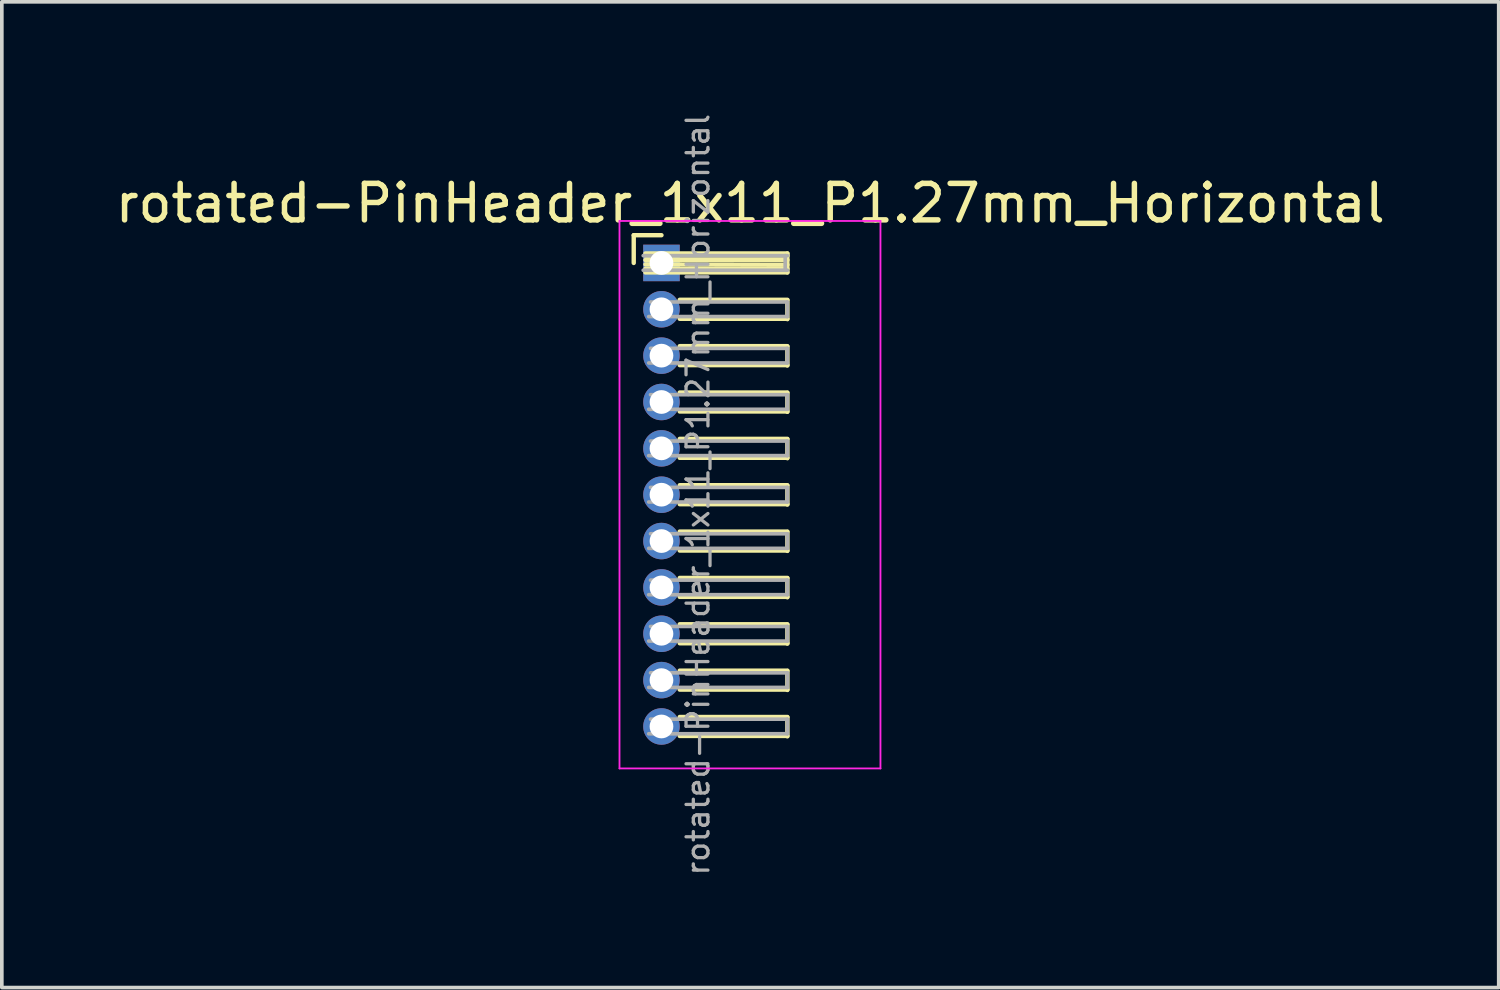
<source format=kicad_pcb>
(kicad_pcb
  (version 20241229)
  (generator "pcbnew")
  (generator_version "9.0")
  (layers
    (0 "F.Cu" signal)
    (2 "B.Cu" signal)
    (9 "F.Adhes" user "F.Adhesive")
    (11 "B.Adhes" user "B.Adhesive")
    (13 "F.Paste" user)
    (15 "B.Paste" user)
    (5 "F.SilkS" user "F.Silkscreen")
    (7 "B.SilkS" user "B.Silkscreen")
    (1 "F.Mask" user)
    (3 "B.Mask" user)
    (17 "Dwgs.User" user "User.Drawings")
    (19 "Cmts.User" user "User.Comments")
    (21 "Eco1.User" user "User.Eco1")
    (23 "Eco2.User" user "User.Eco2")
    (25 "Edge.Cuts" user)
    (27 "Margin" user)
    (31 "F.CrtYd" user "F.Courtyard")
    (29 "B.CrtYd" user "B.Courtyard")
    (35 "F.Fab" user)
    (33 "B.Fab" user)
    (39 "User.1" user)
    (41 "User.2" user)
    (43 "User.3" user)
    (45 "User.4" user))
  (footprint "rotated-PinHeader_1x11_P1.27mm_Horizontal"
    (layer "F.Cu")
    (at 15.073 4.154)
    (property "Reference" "rotated-PinHeader_1x11_P1.27mm_Horizontal" (at 2.433 -1.635 0) (layer "F.SilkS") (effects (font (size 1 1) (thickness 0.15))))
    (attr through_hole)
    (fp_line (start -0.76 -0.76) (end 0 -0.76) (stroke (width 0.12) (type solid)) (layer "F.SilkS"))
    (fp_line (start -0.76 0) (end -0.76 -0.76) (stroke (width 0.12) (type solid)) (layer "F.SilkS"))
    (fp_line (start -0.44 -0.26) (end 3.45 -0.26) (stroke (width 0.12) (type solid)) (layer "F.SilkS"))
    (fp_line (start -0.44 -0.2) (end 3.45 -0.2) (stroke (width 0.12) (type solid)) (layer "F.SilkS"))
    (fp_line (start -0.44 -0.08) (end 3.45 -0.08) (stroke (width 0.12) (type solid)) (layer "F.SilkS"))
    (fp_line (start -0.44 0.04) (end 3.45 0.05) (stroke (width 0.12) (type solid)) (layer "F.SilkS"))
    (fp_line (start -0.44 0.16) (end 3.45 0.16) (stroke (width 0.12) (type solid)) (layer "F.SilkS"))
    (fp_line (start 0.5 1.01) (end 3.45 1.01) (stroke (width 0.12) (type solid)) (layer "F.SilkS"))
    (fp_line (start 0.5 2.28) (end 3.45 2.28) (stroke (width 0.12) (type solid)) (layer "F.SilkS"))
    (fp_line (start 0.5 3.55) (end 3.45 3.55) (stroke (width 0.12) (type solid)) (layer "F.SilkS"))
    (fp_line (start 0.5 4.82) (end 3.45 4.82) (stroke (width 0.12) (type solid)) (layer "F.SilkS"))
    (fp_line (start 0.5 6.09) (end 3.45 6.09) (stroke (width 0.12) (type solid)) (layer "F.SilkS"))
    (fp_line (start 0.5 7.36) (end 3.45 7.36) (stroke (width 0.12) (type solid)) (layer "F.SilkS"))
    (fp_line (start 0.5 8.63) (end 3.45 8.63) (stroke (width 0.12) (type solid)) (layer "F.SilkS"))
    (fp_line (start 0.5 9.9) (end 3.45 9.9) (stroke (width 0.12) (type solid)) (layer "F.SilkS"))
    (fp_line (start 0.5 11.17) (end 3.45 11.17) (stroke (width 0.12) (type solid)) (layer "F.SilkS"))
    (fp_line (start 0.5 12.44) (end 3.45 12.44) (stroke (width 0.12) (type solid)) (layer "F.SilkS"))
    (fp_line (start 3.45 -0.26) (end 3.45 0.26) (stroke (width 0.12) (type solid)) (layer "F.SilkS"))
    (fp_line (start 3.45 0.26) (end -0.44 0.26) (stroke (width 0.12) (type solid)) (layer "F.SilkS"))
    (fp_line (start 3.45 1.02) (end 3.45 1.54) (stroke (width 0.12) (type solid)) (layer "F.SilkS"))
    (fp_line (start 3.45 1.53) (end 0.5 1.53) (stroke (width 0.12) (type solid)) (layer "F.SilkS"))
    (fp_line (start 3.45 2.29) (end 3.45 2.81) (stroke (width 0.12) (type solid)) (layer "F.SilkS"))
    (fp_line (start 3.45 2.8) (end 0.5 2.8) (stroke (width 0.12) (type solid)) (layer "F.SilkS"))
    (fp_line (start 3.45 3.56) (end 3.45 4.08) (stroke (width 0.12) (type solid)) (layer "F.SilkS"))
    (fp_line (start 3.45 4.07) (end 0.5 4.07) (stroke (width 0.12) (type solid)) (layer "F.SilkS"))
    (fp_line (start 3.45 4.83) (end 3.45 5.35) (stroke (width 0.12) (type solid)) (layer "F.SilkS"))
    (fp_line (start 3.45 5.34) (end 0.5 5.34) (stroke (width 0.12) (type solid)) (layer "F.SilkS"))
    (fp_line (start 3.45 6.1) (end 3.45 6.62) (stroke (width 0.12) (type solid)) (layer "F.SilkS"))
    (fp_line (start 3.45 6.61) (end 0.5 6.61) (stroke (width 0.12) (type solid)) (layer "F.SilkS"))
    (fp_line (start 3.45 7.37) (end 3.45 7.89) (stroke (width 0.12) (type solid)) (layer "F.SilkS"))
    (fp_line (start 3.45 7.88) (end 0.5 7.88) (stroke (width 0.12) (type solid)) (layer "F.SilkS"))
    (fp_line (start 3.45 8.64) (end 3.45 9.16) (stroke (width 0.12) (type solid)) (layer "F.SilkS"))
    (fp_line (start 3.45 9.15) (end 0.5 9.15) (stroke (width 0.12) (type solid)) (layer "F.SilkS"))
    (fp_line (start 3.45 9.91) (end 3.45 10.43) (stroke (width 0.12) (type solid)) (layer "F.SilkS"))
    (fp_line (start 3.45 10.42) (end 0.5 10.42) (stroke (width 0.12) (type solid)) (layer "F.SilkS"))
    (fp_line (start 3.45 11.18) (end 3.45 11.7) (stroke (width 0.12) (type solid)) (layer "F.SilkS"))
    (fp_line (start 3.45 11.69) (end 0.5 11.69) (stroke (width 0.12) (type solid)) (layer "F.SilkS"))
    (fp_line (start 3.45 12.45) (end 3.45 12.97) (stroke (width 0.12) (type solid)) (layer "F.SilkS"))
    (fp_line (start 3.45 12.96) (end 0.5 12.96) (stroke (width 0.12) (type solid)) (layer "F.SilkS"))
    (fp_line (start -1.15 -1.15) (end -1.15 13.85) (stroke (width 0.05) (type solid)) (layer "F.CrtYd"))
    (fp_line (start -1.15 13.85) (end 6 13.85) (stroke (width 0.05) (type solid)) (layer "F.CrtYd"))
    (fp_line (start 6 -1.15) (end -1.15 -1.15) (stroke (width 0.05) (type solid)) (layer "F.CrtYd"))
    (fp_line (start 6 13.85) (end 6 -1.15) (stroke (width 0.05) (type solid)) (layer "F.CrtYd"))
    (fp_line (start -0.5 -0.2) (end 3.45 -0.2) (stroke (width 0.1) (type solid)) (layer "F.Fab"))
    (fp_line (start -0.5 0.2) (end 3.45 0.2) (stroke (width 0.1) (type solid)) (layer "F.Fab"))
    (fp_line (start -0.35 1.47) (end 3.45 1.47) (stroke (width 0.1) (type solid)) (layer "F.Fab"))
    (fp_line (start -0.35 2.74) (end 3.45 2.74) (stroke (width 0.1) (type solid)) (layer "F.Fab"))
    (fp_line (start -0.35 4.01) (end 3.45 4.01) (stroke (width 0.1) (type solid)) (layer "F.Fab"))
    (fp_line (start -0.35 5.28) (end 3.45 5.28) (stroke (width 0.1) (type solid)) (layer "F.Fab"))
    (fp_line (start -0.35 6.55) (end 3.45 6.55) (stroke (width 0.1) (type solid)) (layer "F.Fab"))
    (fp_line (start -0.35 7.82) (end 3.45 7.82) (stroke (width 0.1) (type solid)) (layer "F.Fab"))
    (fp_line (start -0.35 9.09) (end 3.45 9.09) (stroke (width 0.1) (type solid)) (layer "F.Fab"))
    (fp_line (start -0.35 10.36) (end 3.45 10.36) (stroke (width 0.1) (type solid)) (layer "F.Fab"))
    (fp_line (start -0.35 11.63) (end 3.45 11.63) (stroke (width 0.1) (type solid)) (layer "F.Fab"))
    (fp_line (start -0.35 12.9) (end 3.45 12.9) (stroke (width 0.1) (type solid)) (layer "F.Fab"))
    (fp_line (start -0.3 1.07) (end 3.45 1.07) (stroke (width 0.1) (type solid)) (layer "F.Fab"))
    (fp_line (start -0.3 2.34) (end 3.45 2.34) (stroke (width 0.1) (type solid)) (layer "F.Fab"))
    (fp_line (start -0.3 3.61) (end 3.45 3.61) (stroke (width 0.1) (type solid)) (layer "F.Fab"))
    (fp_line (start -0.3 4.88) (end 3.45 4.88) (stroke (width 0.1) (type solid)) (layer "F.Fab"))
    (fp_line (start -0.3 6.15) (end 3.45 6.15) (stroke (width 0.1) (type solid)) (layer "F.Fab"))
    (fp_line (start -0.3 7.42) (end 3.45 7.42) (stroke (width 0.1) (type solid)) (layer "F.Fab"))
    (fp_line (start -0.3 8.69) (end 3.45 8.69) (stroke (width 0.1) (type solid)) (layer "F.Fab"))
    (fp_line (start -0.3 9.96) (end 3.45 9.96) (stroke (width 0.1) (type solid)) (layer "F.Fab"))
    (fp_line (start -0.3 11.23) (end 3.45 11.23) (stroke (width 0.1) (type solid)) (layer "F.Fab"))
    (fp_line (start -0.3 12.5) (end 3.45 12.5) (stroke (width 0.1) (type solid)) (layer "F.Fab"))
    (fp_line (start 3.39 -0.2) (end 3.39 0.2) (stroke (width 0.1) (type solid)) (layer "F.Fab"))
    (fp_line (start 3.45 1.07) (end 3.45 1.47) (stroke (width 0.1) (type solid)) (layer "F.Fab"))
    (fp_line (start 3.45 2.34) (end 3.45 2.74) (stroke (width 0.1) (type solid)) (layer "F.Fab"))
    (fp_line (start 3.45 3.61) (end 3.45 4.01) (stroke (width 0.1) (type solid)) (layer "F.Fab"))
    (fp_line (start 3.45 4.88) (end 3.45 5.28) (stroke (width 0.1) (type solid)) (layer "F.Fab"))
    (fp_line (start 3.45 6.15) (end 3.45 6.55) (stroke (width 0.1) (type solid)) (layer "F.Fab"))
    (fp_line (start 3.45 7.42) (end 3.45 7.82) (stroke (width 0.1) (type solid)) (layer "F.Fab"))
    (fp_line (start 3.45 8.69) (end 3.45 9.09) (stroke (width 0.1) (type solid)) (layer "F.Fab"))
    (fp_line (start 3.45 9.96) (end 3.45 10.36) (stroke (width 0.1) (type solid)) (layer "F.Fab"))
    (fp_line (start 3.45 11.23) (end 3.45 11.63) (stroke (width 0.1) (type solid)) (layer "F.Fab"))
    (fp_line (start 3.45 12.5) (end 3.45 12.9) (stroke (width 0.1) (type solid)) (layer "F.Fab"))
    (fp_text user "${REFERENCE}" (at 1 6.35 90) (layer "F.Fab") (effects (font (size 0.6 0.6) (thickness 0.09))))
    (pad "1" thru_hole rect (at 0 0) (size 1 1) (drill 0.65) (layers "*.Cu" "*.Mask"))
    (pad "2" thru_hole oval (at 0 1.27) (size 1 1) (drill 0.65) (layers "*.Cu" "*.Mask"))
    (pad "3" thru_hole oval (at 0 2.54) (size 1 1) (drill 0.65) (layers "*.Cu" "*.Mask"))
    (pad "4" thru_hole oval (at 0 3.81) (size 1 1) (drill 0.65) (layers "*.Cu" "*.Mask"))
    (pad "5" thru_hole oval (at 0 5.08) (size 1 1) (drill 0.65) (layers "*.Cu" "*.Mask"))
    (pad "6" thru_hole oval (at 0 6.35) (size 1 1) (drill 0.65) (layers "*.Cu" "*.Mask"))
    (pad "7" thru_hole oval (at 0 7.62) (size 1 1) (drill 0.65) (layers "*.Cu" "*.Mask"))
    (pad "8" thru_hole oval (at 0 8.89) (size 1 1) (drill 0.65) (layers "*.Cu" "*.Mask"))
    (pad "9" thru_hole oval (at 0 10.16) (size 1 1) (drill 0.65) (layers "*.Cu" "*.Mask"))
    (pad "10" thru_hole oval (at 0 11.43) (size 1 1) (drill 0.65) (layers "*.Cu" "*.Mask"))
    (pad "11" thru_hole oval (at 0 12.7) (size 1 1) (drill 0.65) (layers "*.Cu" "*.Mask")))
  (gr_rect
    (start -3 -3)
    (end 38.012 24.007)
    (stroke (width 0.1) (type default))
    (fill no)
    (layer "Edge.Cuts")))
</source>
